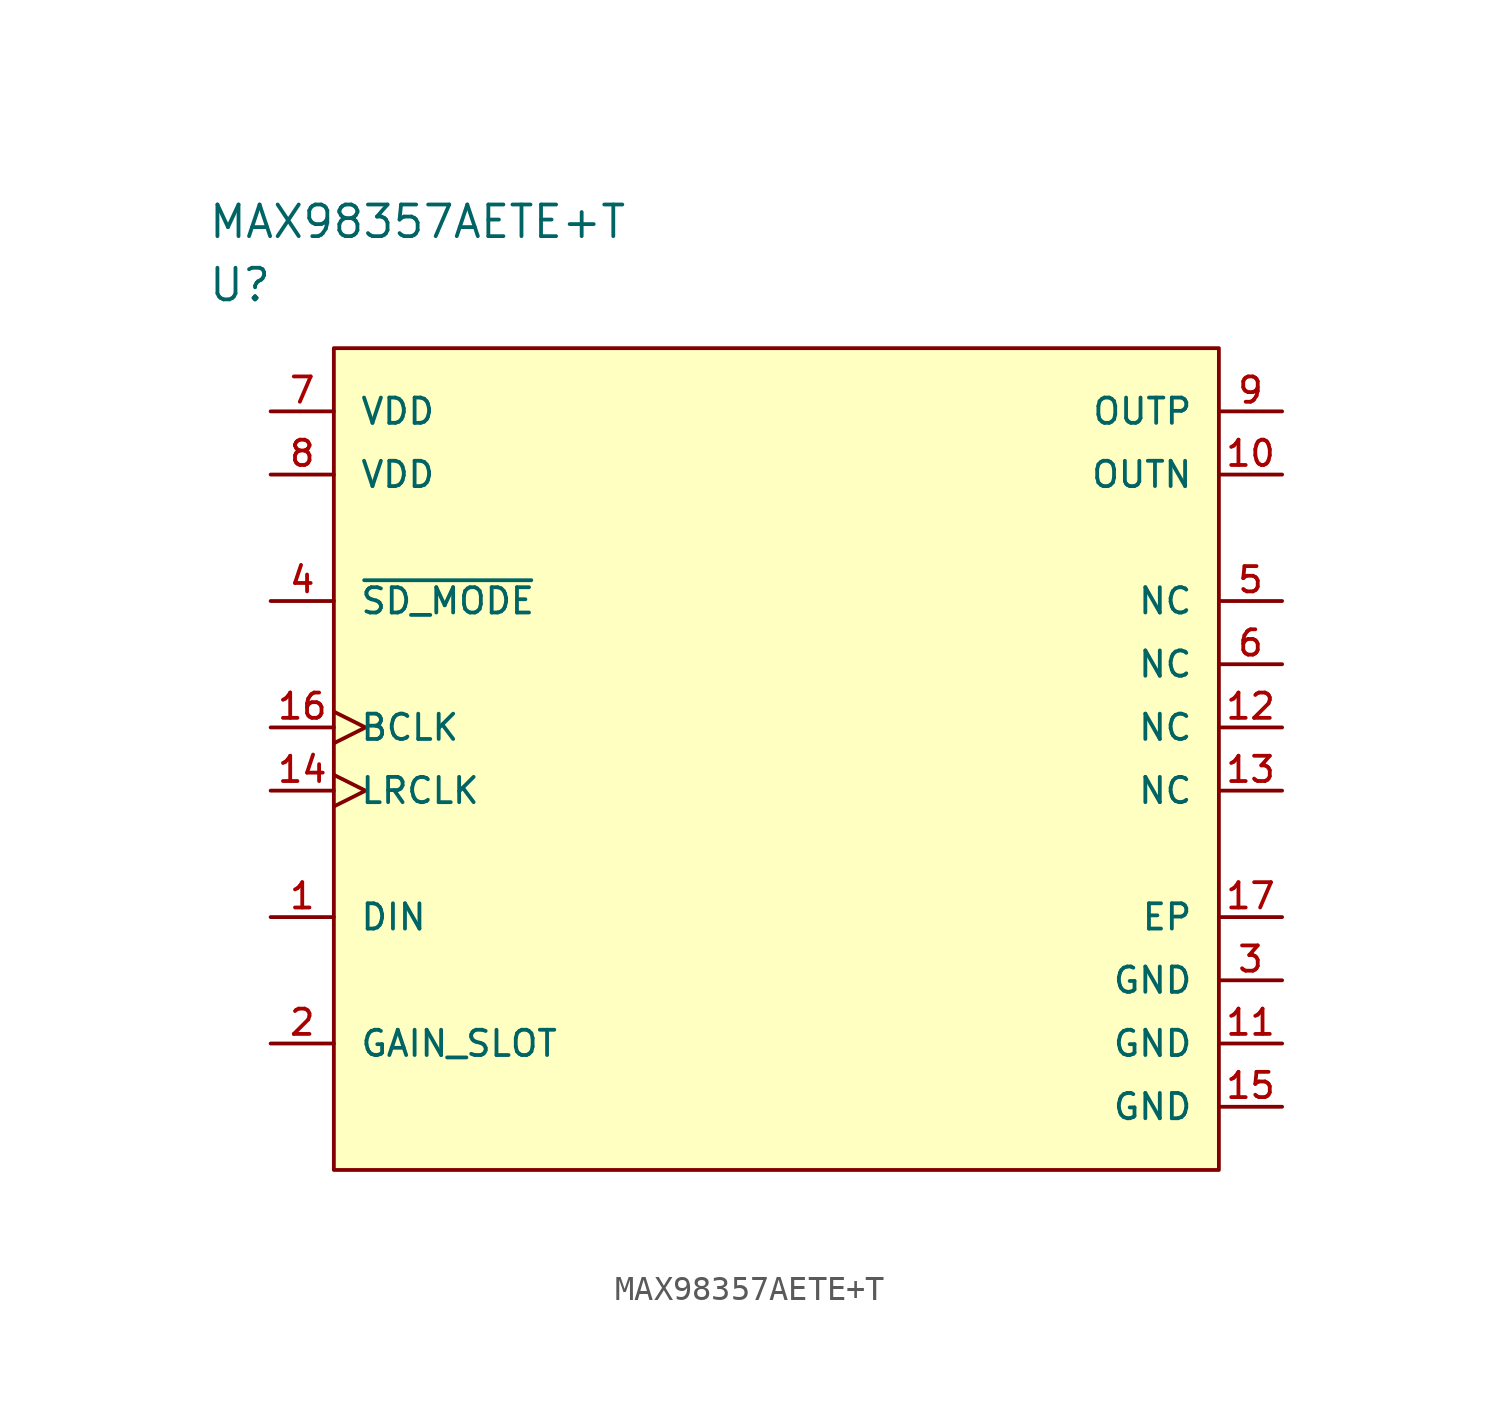
<source format=kicad_sym>
(kicad_symbol_lib
  (version 20220914)
  (generator kicad_symbol_editor)
  (symbol "MAX98357AETE+T"
    (pin_names
      (offset 1.016))
    (property "Reference" "U"
      (at 0 5.08 0)
      (effects (font (size 1.27 1.27)) (justify left)))
    (property "Value" "MAX98357AETE+T"
      (at 0 7.62 0)
      (effects (font (size 1.27 1.27)) (justify left)))
    (property "ki_locked" ""
      (at 0 0 0)
      (effects (font (size 1.27 1.27))))
    (symbol "MAX98357AETE+T_1_1"
      (rectangle (start 5.08 2.54) (end 40.64 -30.48) (stroke (width 0) (type solid)) (fill (type background)))
      (pin input line (at 2.54 -20.32 0) (length 2.54) (name "DIN" (effects (font (size 1.016 1.016)))) (number "1" (effects (font (size 1.016 1.016)))))
      (pin passive line (at 43.18 -2.54 180) (length 2.54) (name "OUTN" (effects (font (size 1.016 1.016)))) (number "10" (effects (font (size 1.016 1.016)))))
      (pin power_in line (at 43.18 -25.4 180) (length 2.54) (name "GND" (effects (font (size 1.016 1.016)))) (number "11" (effects (font (size 1.016 1.016)))))
      (pin passive line (at 43.18 -12.7 180) (length 2.54) (name "NC" (effects (font (size 1.016 1.016)))) (number "12" (effects (font (size 1.016 1.016)))))
      (pin passive line (at 43.18 -15.24 180) (length 2.54) (name "NC" (effects (font (size 1.016 1.016)))) (number "13" (effects (font (size 1.016 1.016)))))
      (pin input clock (at 2.54 -15.24 0) (length 2.54) (name "LRCLK" (effects (font (size 1.016 1.016)))) (number "14" (effects (font (size 1.016 1.016)))))
      (pin power_in line (at 43.18 -27.94 180) (length 2.54) (name "GND" (effects (font (size 1.016 1.016)))) (number "15" (effects (font (size 1.016 1.016)))))
      (pin input clock (at 2.54 -12.7 0) (length 2.54) (name "BCLK" (effects (font (size 1.016 1.016)))) (number "16" (effects (font (size 1.016 1.016)))))
      (pin passive line (at 43.18 -20.32 180) (length 2.54) (name "EP" (effects (font (size 1.016 1.016)))) (number "17" (effects (font (size 1.016 1.016)))))
      (pin passive line (at 2.54 -25.4 0) (length 2.54) (name "GAIN_SLOT" (effects (font (size 1.016 1.016)))) (number "2" (effects (font (size 1.016 1.016)))))
      (pin power_in line (at 43.18 -22.86 180) (length 2.54) (name "GND" (effects (font (size 1.016 1.016)))) (number "3" (effects (font (size 1.016 1.016)))))
      (pin input line (at 2.54 -7.62 0) (length 2.54) (name "~{SD_MODE}" (effects (font (size 1.016 1.016)))) (number "4" (effects (font (size 1.016 1.016)))))
      (pin passive line (at 43.18 -7.62 180) (length 2.54) (name "NC" (effects (font (size 1.016 1.016)))) (number "5" (effects (font (size 1.016 1.016)))))
      (pin passive line (at 43.18 -10.16 180) (length 2.54) (name "NC" (effects (font (size 1.016 1.016)))) (number "6" (effects (font (size 1.016 1.016)))))
      (pin power_in line (at 2.54 0 0) (length 2.54) (name "VDD" (effects (font (size 1.016 1.016)))) (number "7" (effects (font (size 1.016 1.016)))))
      (pin power_in line (at 2.54 -2.54 0) (length 2.54) (name "VDD" (effects (font (size 1.016 1.016)))) (number "8" (effects (font (size 1.016 1.016)))))
      (pin passive line (at 43.18 0 180) (length 2.54) (name "OUTP" (effects (font (size 1.016 1.016)))) (number "9" (effects (font (size 1.016 1.016))))))))
</source>
